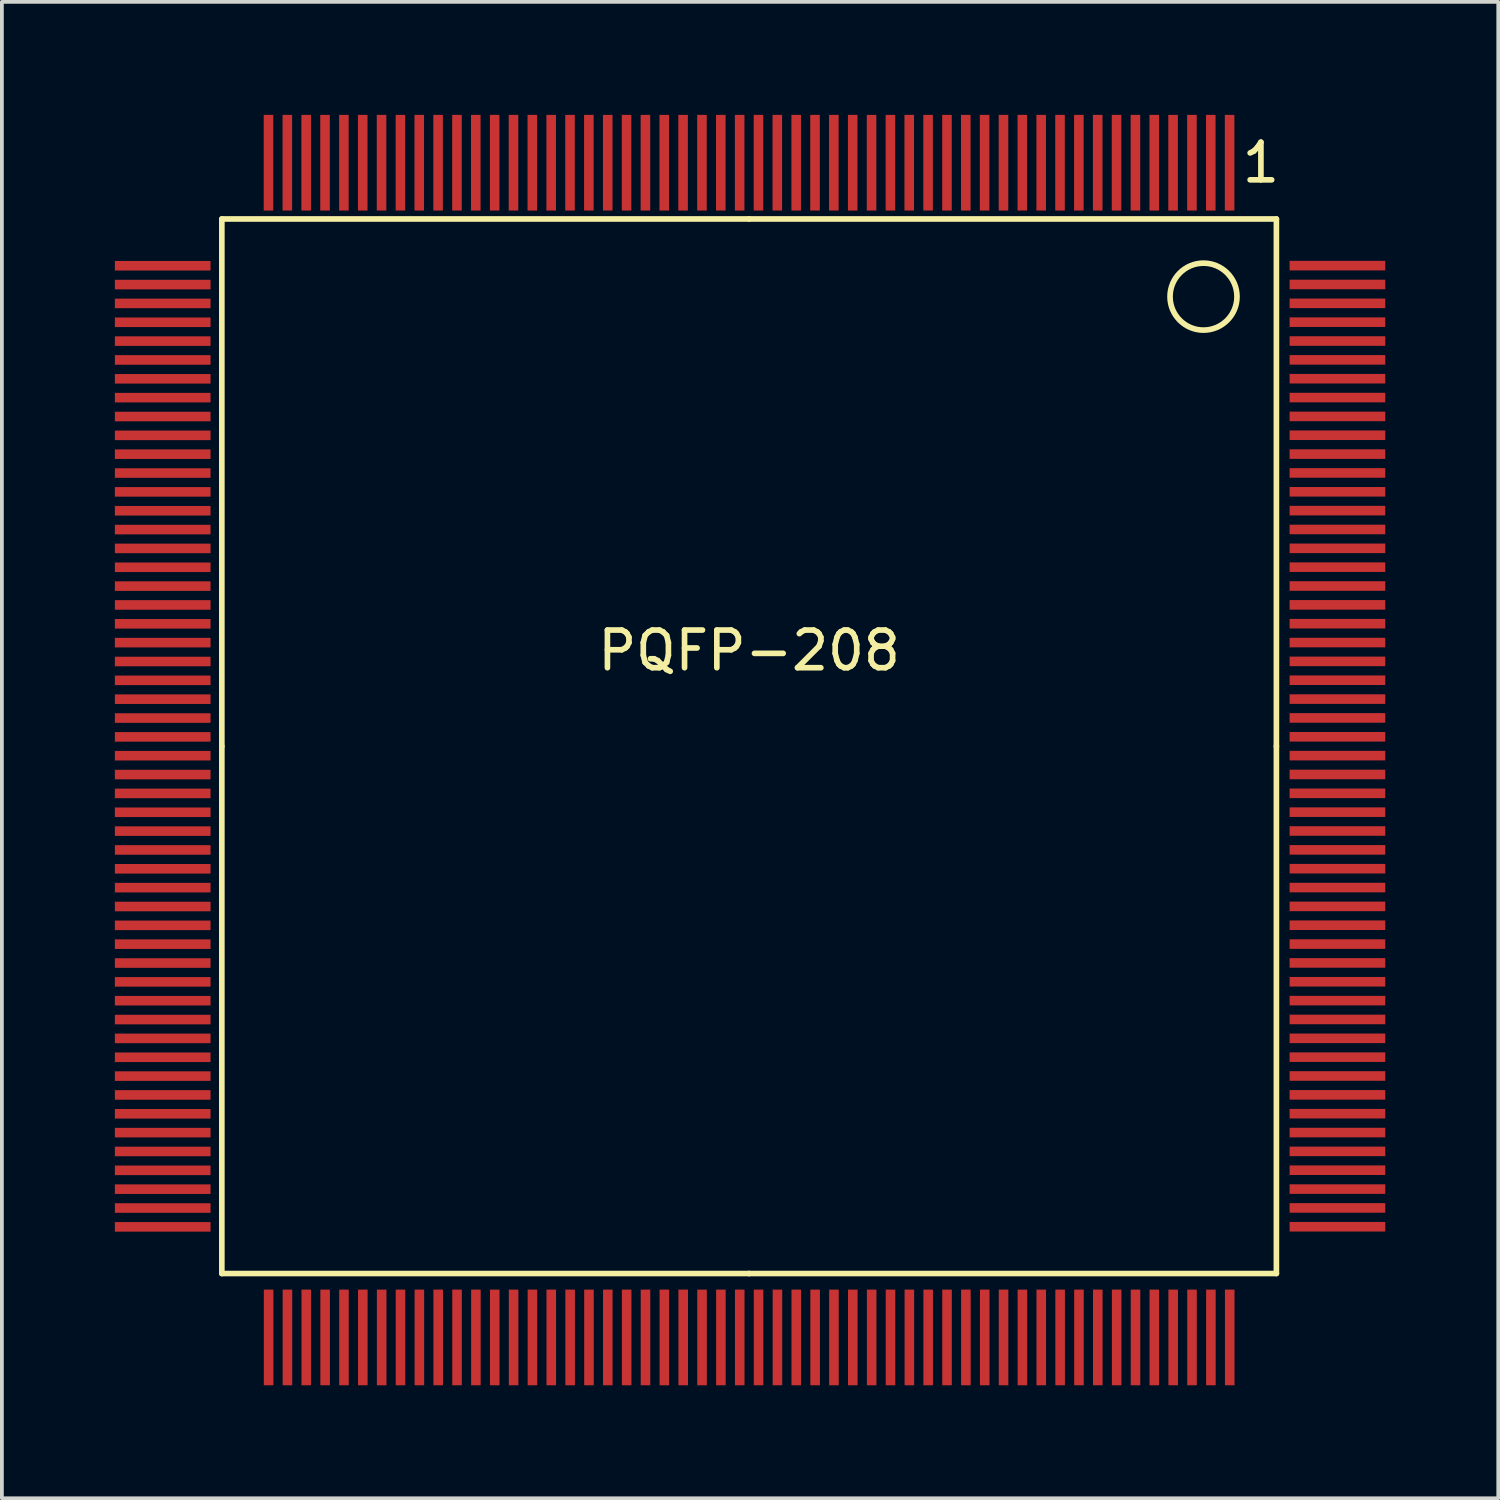
<source format=kicad_pcb>
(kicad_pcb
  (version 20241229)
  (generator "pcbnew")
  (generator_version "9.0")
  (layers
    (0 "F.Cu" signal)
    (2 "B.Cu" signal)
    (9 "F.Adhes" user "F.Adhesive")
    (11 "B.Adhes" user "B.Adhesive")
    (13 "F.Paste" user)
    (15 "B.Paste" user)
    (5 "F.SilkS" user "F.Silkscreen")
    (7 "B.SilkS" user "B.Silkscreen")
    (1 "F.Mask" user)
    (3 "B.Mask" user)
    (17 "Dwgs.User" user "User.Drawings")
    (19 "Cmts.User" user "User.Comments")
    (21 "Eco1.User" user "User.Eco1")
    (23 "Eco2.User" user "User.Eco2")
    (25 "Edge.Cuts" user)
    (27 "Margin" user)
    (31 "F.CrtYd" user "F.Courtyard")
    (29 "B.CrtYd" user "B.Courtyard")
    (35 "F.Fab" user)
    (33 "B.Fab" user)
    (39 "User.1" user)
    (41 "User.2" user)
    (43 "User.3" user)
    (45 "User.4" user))
  (footprint "PQFP-208"
    (layer "F.Cu")
    (at 16.84 16.764)
    (property "Reference" "PQFP-208" (at 0 -2.54 0) (layer "F.SilkS") (effects (font (size 1 1) (thickness 0.15))))
    (attr smd)
    (fp_line (start -14 -14) (end -14 0) (stroke (width 0.15) (type solid)) (layer "F.SilkS"))
    (fp_line (start -14 0) (end -14 14) (stroke (width 0.15) (type solid)) (layer "F.SilkS"))
    (fp_line (start -14 14) (end 0 14) (stroke (width 0.15) (type solid)) (layer "F.SilkS"))
    (fp_line (start 0 -14) (end -14 -14) (stroke (width 0.15) (type solid)) (layer "F.SilkS"))
    (fp_line (start 0 14) (end 14 14) (stroke (width 0.15) (type solid)) (layer "F.SilkS"))
    (fp_line (start 14 -14) (end 0 -14) (stroke (width 0.15) (type solid)) (layer "F.SilkS"))
    (fp_line (start 14 0) (end 14 -14) (stroke (width 0.15) (type solid)) (layer "F.SilkS"))
    (fp_line (start 14 14) (end 14 0) (stroke (width 0.15) (type solid)) (layer "F.SilkS"))
    (fp_circle (center 12.065 -11.938) (end 12.065 -12.827) (stroke (width 0.15) (type solid)) (fill no) (layer "F.SilkS"))
    (fp_text user "1" (at 13.589 -15.494 0) (layer "F.SilkS") (effects (font (size 1 1) (thickness 0.15))))
    (pad "1" smd rect (at 12.758 -15.494 90) (size 2.54 0.254) (layers "F.Cu" "F.Mask" "F.Paste"))
    (pad "2" smd rect (at 12.258 -15.494 90) (size 2.54 0.254) (layers "F.Cu" "F.Mask" "F.Paste"))
    (pad "3" smd rect (at 11.758 -15.494 90) (size 2.54 0.254) (layers "F.Cu" "F.Mask" "F.Paste"))
    (pad "4" smd rect (at 11.257 -15.494 90) (size 2.54 0.254) (layers "F.Cu" "F.Mask" "F.Paste"))
    (pad "5" smd rect (at 10.757 -15.494 90) (size 2.54 0.254) (layers "F.Cu" "F.Mask" "F.Paste"))
    (pad "6" smd rect (at 10.257 -15.494 90) (size 2.54 0.254) (layers "F.Cu" "F.Mask" "F.Paste"))
    (pad "7" smd rect (at 9.756 -15.494 90) (size 2.54 0.254) (layers "F.Cu" "F.Mask" "F.Paste"))
    (pad "8" smd rect (at 9.256 -15.494 90) (size 2.54 0.254) (layers "F.Cu" "F.Mask" "F.Paste"))
    (pad "9" smd rect (at 8.755 -15.494 90) (size 2.54 0.254) (layers "F.Cu" "F.Mask" "F.Paste"))
    (pad "10" smd rect (at 8.255 -15.494 90) (size 2.54 0.254) (layers "F.Cu" "F.Mask" "F.Paste"))
    (pad "11" smd rect (at 7.755 -15.494 90) (size 2.54 0.254) (layers "F.Cu" "F.Mask" "F.Paste"))
    (pad "12" smd rect (at 7.254 -15.494 90) (size 2.54 0.254) (layers "F.Cu" "F.Mask" "F.Paste"))
    (pad "13" smd rect (at 6.754 -15.494 90) (size 2.54 0.254) (layers "F.Cu" "F.Mask" "F.Paste"))
    (pad "14" smd rect (at 6.253 -15.494 90) (size 2.54 0.254) (layers "F.Cu" "F.Mask" "F.Paste"))
    (pad "15" smd rect (at 5.753 -15.494 90) (size 2.54 0.254) (layers "F.Cu" "F.Mask" "F.Paste"))
    (pad "16" smd rect (at 5.253 -15.494 90) (size 2.54 0.254) (layers "F.Cu" "F.Mask" "F.Paste"))
    (pad "17" smd rect (at 4.752 -15.494 90) (size 2.54 0.254) (layers "F.Cu" "F.Mask" "F.Paste"))
    (pad "18" smd rect (at 4.252 -15.494 90) (size 2.54 0.254) (layers "F.Cu" "F.Mask" "F.Paste"))
    (pad "19" smd rect (at 3.752 -15.494 90) (size 2.54 0.254) (layers "F.Cu" "F.Mask" "F.Paste"))
    (pad "20" smd rect (at 3.251 -15.494 90) (size 2.54 0.254) (layers "F.Cu" "F.Mask" "F.Paste"))
    (pad "21" smd rect (at 2.751 -15.494 90) (size 2.54 0.254) (layers "F.Cu" "F.Mask" "F.Paste"))
    (pad "22" smd rect (at 2.25 -15.494 90) (size 2.54 0.254) (layers "F.Cu" "F.Mask" "F.Paste"))
    (pad "23" smd rect (at 1.75 -15.494 90) (size 2.54 0.254) (layers "F.Cu" "F.Mask" "F.Paste"))
    (pad "24" smd rect (at 1.25 -15.494 90) (size 2.54 0.254) (layers "F.Cu" "F.Mask" "F.Paste"))
    (pad "25" smd rect (at 0.749 -15.494 90) (size 2.54 0.254) (layers "F.Cu" "F.Mask" "F.Paste"))
    (pad "26" smd rect (at 0.249 -15.494 90) (size 2.54 0.254) (layers "F.Cu" "F.Mask" "F.Paste"))
    (pad "27" smd rect (at -0.251 -15.494 90) (size 2.54 0.254) (layers "F.Cu" "F.Mask" "F.Paste"))
    (pad "28" smd rect (at -0.752 -15.494 90) (size 2.54 0.254) (layers "F.Cu" "F.Mask" "F.Paste"))
    (pad "29" smd rect (at -1.252 -15.494 90) (size 2.54 0.254) (layers "F.Cu" "F.Mask" "F.Paste"))
    (pad "30" smd rect (at -1.753 -15.494 90) (size 2.54 0.254) (layers "F.Cu" "F.Mask" "F.Paste"))
    (pad "31" smd rect (at -2.253 -15.494 90) (size 2.54 0.254) (layers "F.Cu" "F.Mask" "F.Paste"))
    (pad "32" smd rect (at -2.753 -15.494 90) (size 2.54 0.254) (layers "F.Cu" "F.Mask" "F.Paste"))
    (pad "33" smd rect (at -3.254 -15.494 90) (size 2.54 0.254) (layers "F.Cu" "F.Mask" "F.Paste"))
    (pad "34" smd rect (at -3.754 -15.494 90) (size 2.54 0.254) (layers "F.Cu" "F.Mask" "F.Paste"))
    (pad "35" smd rect (at -4.255 -15.494 90) (size 2.54 0.254) (layers "F.Cu" "F.Mask" "F.Paste"))
    (pad "36" smd rect (at -4.755 -15.494 90) (size 2.54 0.254) (layers "F.Cu" "F.Mask" "F.Paste"))
    (pad "37" smd rect (at -5.255 -15.494 90) (size 2.54 0.254) (layers "F.Cu" "F.Mask" "F.Paste"))
    (pad "38" smd rect (at -5.756 -15.494 90) (size 2.54 0.254) (layers "F.Cu" "F.Mask" "F.Paste"))
    (pad "39" smd rect (at -6.256 -15.494 90) (size 2.54 0.254) (layers "F.Cu" "F.Mask" "F.Paste"))
    (pad "40" smd rect (at -6.756 -15.494 90) (size 2.54 0.254) (layers "F.Cu" "F.Mask" "F.Paste"))
    (pad "41" smd rect (at -7.257 -15.494 90) (size 2.54 0.254) (layers "F.Cu" "F.Mask" "F.Paste"))
    (pad "42" smd rect (at -7.757 -15.494 90) (size 2.54 0.254) (layers "F.Cu" "F.Mask" "F.Paste"))
    (pad "43" smd rect (at -8.258 -15.494 90) (size 2.54 0.254) (layers "F.Cu" "F.Mask" "F.Paste"))
    (pad "44" smd rect (at -8.758 -15.494 90) (size 2.54 0.254) (layers "F.Cu" "F.Mask" "F.Paste"))
    (pad "45" smd rect (at -9.258 -15.494 90) (size 2.54 0.254) (layers "F.Cu" "F.Mask" "F.Paste"))
    (pad "46" smd rect (at -9.759 -15.494 90) (size 2.54 0.254) (layers "F.Cu" "F.Mask" "F.Paste"))
    (pad "47" smd rect (at -10.259 -15.494 90) (size 2.54 0.254) (layers "F.Cu" "F.Mask" "F.Paste"))
    (pad "48" smd rect (at -10.759 -15.494 90) (size 2.54 0.254) (layers "F.Cu" "F.Mask" "F.Paste"))
    (pad "49" smd rect (at -11.26 -15.494 90) (size 2.54 0.254) (layers "F.Cu" "F.Mask" "F.Paste"))
    (pad "50" smd rect (at -11.76 -15.494 90) (size 2.54 0.254) (layers "F.Cu" "F.Mask" "F.Paste"))
    (pad "51" smd rect (at -12.261 -15.494 90) (size 2.54 0.254) (layers "F.Cu" "F.Mask" "F.Paste"))
    (pad "52" smd rect (at -12.761 -15.494 90) (size 2.54 0.254) (layers "F.Cu" "F.Mask" "F.Paste"))
    (pad "53" smd rect (at -15.57 -12.758) (size 2.54 0.254) (layers "F.Cu" "F.Mask" "F.Paste"))
    (pad "54" smd rect (at -15.57 -12.258) (size 2.54 0.254) (layers "F.Cu" "F.Mask" "F.Paste"))
    (pad "55" smd rect (at -15.57 -11.758) (size 2.54 0.254) (layers "F.Cu" "F.Mask" "F.Paste"))
    (pad "56" smd rect (at -15.57 -11.257) (size 2.54 0.254) (layers "F.Cu" "F.Mask" "F.Paste"))
    (pad "57" smd rect (at -15.57 -10.757) (size 2.54 0.254) (layers "F.Cu" "F.Mask" "F.Paste"))
    (pad "58" smd rect (at -15.57 -10.257) (size 2.54 0.254) (layers "F.Cu" "F.Mask" "F.Paste"))
    (pad "59" smd rect (at -15.57 -9.756) (size 2.54 0.254) (layers "F.Cu" "F.Mask" "F.Paste"))
    (pad "60" smd rect (at -15.57 -9.256) (size 2.54 0.254) (layers "F.Cu" "F.Mask" "F.Paste"))
    (pad "61" smd rect (at -15.57 -8.755) (size 2.54 0.254) (layers "F.Cu" "F.Mask" "F.Paste"))
    (pad "62" smd rect (at -15.57 -8.255) (size 2.54 0.254) (layers "F.Cu" "F.Mask" "F.Paste"))
    (pad "63" smd rect (at -15.57 -7.755) (size 2.54 0.254) (layers "F.Cu" "F.Mask" "F.Paste"))
    (pad "64" smd rect (at -15.57 -7.254) (size 2.54 0.254) (layers "F.Cu" "F.Mask" "F.Paste"))
    (pad "65" smd rect (at -15.57 -6.754) (size 2.54 0.254) (layers "F.Cu" "F.Mask" "F.Paste"))
    (pad "66" smd rect (at -15.57 -6.253) (size 2.54 0.254) (layers "F.Cu" "F.Mask" "F.Paste"))
    (pad "67" smd rect (at -15.57 -5.753) (size 2.54 0.254) (layers "F.Cu" "F.Mask" "F.Paste"))
    (pad "68" smd rect (at -15.57 -5.253) (size 2.54 0.254) (layers "F.Cu" "F.Mask" "F.Paste"))
    (pad "69" smd rect (at -15.57 -4.752) (size 2.54 0.254) (layers "F.Cu" "F.Mask" "F.Paste"))
    (pad "70" smd rect (at -15.57 -4.252) (size 2.54 0.254) (layers "F.Cu" "F.Mask" "F.Paste"))
    (pad "71" smd rect (at -15.57 -3.752) (size 2.54 0.254) (layers "F.Cu" "F.Mask" "F.Paste"))
    (pad "72" smd rect (at -15.57 -3.251) (size 2.54 0.254) (layers "F.Cu" "F.Mask" "F.Paste"))
    (pad "73" smd rect (at -15.57 -2.751) (size 2.54 0.254) (layers "F.Cu" "F.Mask" "F.Paste"))
    (pad "74" smd rect (at -15.57 -2.25) (size 2.54 0.254) (layers "F.Cu" "F.Mask" "F.Paste"))
    (pad "75" smd rect (at -15.57 -1.75) (size 2.54 0.254) (layers "F.Cu" "F.Mask" "F.Paste"))
    (pad "76" smd rect (at -15.57 -1.25) (size 2.54 0.254) (layers "F.Cu" "F.Mask" "F.Paste"))
    (pad "77" smd rect (at -15.57 -0.749) (size 2.54 0.254) (layers "F.Cu" "F.Mask" "F.Paste"))
    (pad "78" smd rect (at -15.57 -0.249) (size 2.54 0.254) (layers "F.Cu" "F.Mask" "F.Paste"))
    (pad "79" smd rect (at -15.57 0.251) (size 2.54 0.254) (layers "F.Cu" "F.Mask" "F.Paste"))
    (pad "80" smd rect (at -15.57 0.752) (size 2.54 0.254) (layers "F.Cu" "F.Mask" "F.Paste"))
    (pad "81" smd rect (at -15.57 1.252) (size 2.54 0.254) (layers "F.Cu" "F.Mask" "F.Paste"))
    (pad "82" smd rect (at -15.57 1.753) (size 2.54 0.254) (layers "F.Cu" "F.Mask" "F.Paste"))
    (pad "83" smd rect (at -15.57 2.253) (size 2.54 0.254) (layers "F.Cu" "F.Mask" "F.Paste"))
    (pad "84" smd rect (at -15.57 2.753) (size 2.54 0.254) (layers "F.Cu" "F.Mask" "F.Paste"))
    (pad "85" smd rect (at -15.57 3.254) (size 2.54 0.254) (layers "F.Cu" "F.Mask" "F.Paste"))
    (pad "86" smd rect (at -15.57 3.754) (size 2.54 0.254) (layers "F.Cu" "F.Mask" "F.Paste"))
    (pad "87" smd rect (at -15.57 4.255) (size 2.54 0.254) (layers "F.Cu" "F.Mask" "F.Paste"))
    (pad "88" smd rect (at -15.57 4.755) (size 2.54 0.254) (layers "F.Cu" "F.Mask" "F.Paste"))
    (pad "89" smd rect (at -15.57 5.255) (size 2.54 0.254) (layers "F.Cu" "F.Mask" "F.Paste"))
    (pad "90" smd rect (at -15.57 5.756) (size 2.54 0.254) (layers "F.Cu" "F.Mask" "F.Paste"))
    (pad "91" smd rect (at -15.57 6.256) (size 2.54 0.254) (layers "F.Cu" "F.Mask" "F.Paste"))
    (pad "92" smd rect (at -15.57 6.756) (size 2.54 0.254) (layers "F.Cu" "F.Mask" "F.Paste"))
    (pad "93" smd rect (at -15.57 7.257) (size 2.54 0.254) (layers "F.Cu" "F.Mask" "F.Paste"))
    (pad "94" smd rect (at -15.57 7.757) (size 2.54 0.254) (layers "F.Cu" "F.Mask" "F.Paste"))
    (pad "95" smd rect (at -15.57 8.258) (size 2.54 0.254) (layers "F.Cu" "F.Mask" "F.Paste"))
    (pad "96" smd rect (at -15.57 8.758) (size 2.54 0.254) (layers "F.Cu" "F.Mask" "F.Paste"))
    (pad "97" smd rect (at -15.57 9.258) (size 2.54 0.254) (layers "F.Cu" "F.Mask" "F.Paste"))
    (pad "98" smd rect (at -15.57 9.759) (size 2.54 0.254) (layers "F.Cu" "F.Mask" "F.Paste"))
    (pad "99" smd rect (at -15.57 10.259) (size 2.54 0.254) (layers "F.Cu" "F.Mask" "F.Paste"))
    (pad "100" smd rect (at -15.57 10.759) (size 2.54 0.254) (layers "F.Cu" "F.Mask" "F.Paste"))
    (pad "101" smd rect (at -15.57 11.26) (size 2.54 0.254) (layers "F.Cu" "F.Mask" "F.Paste"))
    (pad "102" smd rect (at -15.57 11.76) (size 2.54 0.254) (layers "F.Cu" "F.Mask" "F.Paste"))
    (pad "103" smd rect (at -15.57 12.261) (size 2.54 0.254) (layers "F.Cu" "F.Mask" "F.Paste"))
    (pad "104" smd rect (at -15.57 12.761) (size 2.54 0.254) (layers "F.Cu" "F.Mask" "F.Paste"))
    (pad "105" smd rect (at -12.758 15.697 90) (size 2.54 0.254) (layers "F.Cu" "F.Mask" "F.Paste"))
    (pad "106" smd rect (at -12.258 15.697 90) (size 2.54 0.254) (layers "F.Cu" "F.Mask" "F.Paste"))
    (pad "107" smd rect (at -11.758 15.697 90) (size 2.54 0.254) (layers "F.Cu" "F.Mask" "F.Paste"))
    (pad "108" smd rect (at -11.257 15.697 90) (size 2.54 0.254) (layers "F.Cu" "F.Mask" "F.Paste"))
    (pad "109" smd rect (at -10.757 15.697 90) (size 2.54 0.254) (layers "F.Cu" "F.Mask" "F.Paste"))
    (pad "110" smd rect (at -10.257 15.697 90) (size 2.54 0.254) (layers "F.Cu" "F.Mask" "F.Paste"))
    (pad "111" smd rect (at -9.756 15.697 90) (size 2.54 0.254) (layers "F.Cu" "F.Mask" "F.Paste"))
    (pad "112" smd rect (at -9.256 15.697 90) (size 2.54 0.254) (layers "F.Cu" "F.Mask" "F.Paste"))
    (pad "113" smd rect (at -8.755 15.697 90) (size 2.54 0.254) (layers "F.Cu" "F.Mask" "F.Paste"))
    (pad "114" smd rect (at -8.255 15.697 90) (size 2.54 0.254) (layers "F.Cu" "F.Mask" "F.Paste"))
    (pad "115" smd rect (at -7.755 15.697 90) (size 2.54 0.254) (layers "F.Cu" "F.Mask" "F.Paste"))
    (pad "116" smd rect (at -7.254 15.697 90) (size 2.54 0.254) (layers "F.Cu" "F.Mask" "F.Paste"))
    (pad "117" smd rect (at -6.754 15.697 90) (size 2.54 0.254) (layers "F.Cu" "F.Mask" "F.Paste"))
    (pad "118" smd rect (at -6.253 15.697 90) (size 2.54 0.254) (layers "F.Cu" "F.Mask" "F.Paste"))
    (pad "119" smd rect (at -5.753 15.697 90) (size 2.54 0.254) (layers "F.Cu" "F.Mask" "F.Paste"))
    (pad "120" smd rect (at -5.253 15.697 90) (size 2.54 0.254) (layers "F.Cu" "F.Mask" "F.Paste"))
    (pad "121" smd rect (at -4.752 15.697 90) (size 2.54 0.254) (layers "F.Cu" "F.Mask" "F.Paste"))
    (pad "122" smd rect (at -4.252 15.697 90) (size 2.54 0.254) (layers "F.Cu" "F.Mask" "F.Paste"))
    (pad "123" smd rect (at -3.752 15.697 90) (size 2.54 0.254) (layers "F.Cu" "F.Mask" "F.Paste"))
    (pad "124" smd rect (at -3.251 15.697 90) (size 2.54 0.254) (layers "F.Cu" "F.Mask" "F.Paste"))
    (pad "125" smd rect (at -2.751 15.697 90) (size 2.54 0.254) (layers "F.Cu" "F.Mask" "F.Paste"))
    (pad "126" smd rect (at -2.25 15.697 90) (size 2.54 0.254) (layers "F.Cu" "F.Mask" "F.Paste"))
    (pad "127" smd rect (at -1.75 15.697 90) (size 2.54 0.254) (layers "F.Cu" "F.Mask" "F.Paste"))
    (pad "128" smd rect (at -1.25 15.697 90) (size 2.54 0.254) (layers "F.Cu" "F.Mask" "F.Paste"))
    (pad "129" smd rect (at -0.749 15.697 90) (size 2.54 0.254) (layers "F.Cu" "F.Mask" "F.Paste"))
    (pad "130" smd rect (at -0.249 15.697 90) (size 2.54 0.254) (layers "F.Cu" "F.Mask" "F.Paste"))
    (pad "131" smd rect (at 0.251 15.697 90) (size 2.54 0.254) (layers "F.Cu" "F.Mask" "F.Paste"))
    (pad "132" smd rect (at 0.752 15.697 90) (size 2.54 0.254) (layers "F.Cu" "F.Mask" "F.Paste"))
    (pad "133" smd rect (at 1.252 15.697 90) (size 2.54 0.254) (layers "F.Cu" "F.Mask" "F.Paste"))
    (pad "134" smd rect (at 1.753 15.697 90) (size 2.54 0.254) (layers "F.Cu" "F.Mask" "F.Paste"))
    (pad "135" smd rect (at 2.253 15.697 90) (size 2.54 0.254) (layers "F.Cu" "F.Mask" "F.Paste"))
    (pad "136" smd rect (at 2.753 15.697 90) (size 2.54 0.254) (layers "F.Cu" "F.Mask" "F.Paste"))
    (pad "137" smd rect (at 3.254 15.697 90) (size 2.54 0.254) (layers "F.Cu" "F.Mask" "F.Paste"))
    (pad "138" smd rect (at 3.754 15.697 90) (size 2.54 0.254) (layers "F.Cu" "F.Mask" "F.Paste"))
    (pad "139" smd rect (at 4.255 15.697 90) (size 2.54 0.254) (layers "F.Cu" "F.Mask" "F.Paste"))
    (pad "140" smd rect (at 4.755 15.697 90) (size 2.54 0.254) (layers "F.Cu" "F.Mask" "F.Paste"))
    (pad "141" smd rect (at 5.255 15.697 90) (size 2.54 0.254) (layers "F.Cu" "F.Mask" "F.Paste"))
    (pad "142" smd rect (at 5.756 15.697 90) (size 2.54 0.254) (layers "F.Cu" "F.Mask" "F.Paste"))
    (pad "143" smd rect (at 6.256 15.697 90) (size 2.54 0.254) (layers "F.Cu" "F.Mask" "F.Paste"))
    (pad "144" smd rect (at 6.756 15.697 90) (size 2.54 0.254) (layers "F.Cu" "F.Mask" "F.Paste"))
    (pad "145" smd rect (at 7.257 15.697 90) (size 2.54 0.254) (layers "F.Cu" "F.Mask" "F.Paste"))
    (pad "146" smd rect (at 7.757 15.697 90) (size 2.54 0.254) (layers "F.Cu" "F.Mask" "F.Paste"))
    (pad "147" smd rect (at 8.258 15.697 90) (size 2.54 0.254) (layers "F.Cu" "F.Mask" "F.Paste"))
    (pad "148" smd rect (at 8.758 15.697 90) (size 2.54 0.254) (layers "F.Cu" "F.Mask" "F.Paste"))
    (pad "149" smd rect (at 9.258 15.697 90) (size 2.54 0.254) (layers "F.Cu" "F.Mask" "F.Paste"))
    (pad "150" smd rect (at 9.759 15.697 90) (size 2.54 0.254) (layers "F.Cu" "F.Mask" "F.Paste"))
    (pad "151" smd rect (at 10.259 15.697 90) (size 2.54 0.254) (layers "F.Cu" "F.Mask" "F.Paste"))
    (pad "152" smd rect (at 10.759 15.697 90) (size 2.54 0.254) (layers "F.Cu" "F.Mask" "F.Paste"))
    (pad "153" smd rect (at 11.26 15.697 90) (size 2.54 0.254) (layers "F.Cu" "F.Mask" "F.Paste"))
    (pad "154" smd rect (at 11.76 15.697 90) (size 2.54 0.254) (layers "F.Cu" "F.Mask" "F.Paste"))
    (pad "155" smd rect (at 12.261 15.697 90) (size 2.54 0.254) (layers "F.Cu" "F.Mask" "F.Paste"))
    (pad "156" smd rect (at 12.761 15.697 90) (size 2.54 0.254) (layers "F.Cu" "F.Mask" "F.Paste"))
    (pad "157" smd rect (at 15.621 12.758) (size 2.54 0.254) (layers "F.Cu" "F.Mask" "F.Paste"))
    (pad "158" smd rect (at 15.621 12.258) (size 2.54 0.254) (layers "F.Cu" "F.Mask" "F.Paste"))
    (pad "159" smd rect (at 15.621 11.758) (size 2.54 0.254) (layers "F.Cu" "F.Mask" "F.Paste"))
    (pad "160" smd rect (at 15.621 11.257) (size 2.54 0.254) (layers "F.Cu" "F.Mask" "F.Paste"))
    (pad "161" smd rect (at 15.621 10.757) (size 2.54 0.254) (layers "F.Cu" "F.Mask" "F.Paste"))
    (pad "162" smd rect (at 15.621 10.257) (size 2.54 0.254) (layers "F.Cu" "F.Mask" "F.Paste"))
    (pad "163" smd rect (at 15.621 9.756) (size 2.54 0.254) (layers "F.Cu" "F.Mask" "F.Paste"))
    (pad "164" smd rect (at 15.621 9.256) (size 2.54 0.254) (layers "F.Cu" "F.Mask" "F.Paste"))
    (pad "165" smd rect (at 15.621 8.755) (size 2.54 0.254) (layers "F.Cu" "F.Mask" "F.Paste"))
    (pad "166" smd rect (at 15.621 8.255) (size 2.54 0.254) (layers "F.Cu" "F.Mask" "F.Paste"))
    (pad "167" smd rect (at 15.621 7.755) (size 2.54 0.254) (layers "F.Cu" "F.Mask" "F.Paste"))
    (pad "168" smd rect (at 15.621 7.254) (size 2.54 0.254) (layers "F.Cu" "F.Mask" "F.Paste"))
    (pad "169" smd rect (at 15.621 6.754) (size 2.54 0.254) (layers "F.Cu" "F.Mask" "F.Paste"))
    (pad "170" smd rect (at 15.621 6.253) (size 2.54 0.254) (layers "F.Cu" "F.Mask" "F.Paste"))
    (pad "171" smd rect (at 15.621 5.753) (size 2.54 0.254) (layers "F.Cu" "F.Mask" "F.Paste"))
    (pad "172" smd rect (at 15.621 5.253) (size 2.54 0.254) (layers "F.Cu" "F.Mask" "F.Paste"))
    (pad "173" smd rect (at 15.621 4.752) (size 2.54 0.254) (layers "F.Cu" "F.Mask" "F.Paste"))
    (pad "174" smd rect (at 15.621 4.252) (size 2.54 0.254) (layers "F.Cu" "F.Mask" "F.Paste"))
    (pad "175" smd rect (at 15.621 3.752) (size 2.54 0.254) (layers "F.Cu" "F.Mask" "F.Paste"))
    (pad "176" smd rect (at 15.621 3.251) (size 2.54 0.254) (layers "F.Cu" "F.Mask" "F.Paste"))
    (pad "177" smd rect (at 15.621 2.751) (size 2.54 0.254) (layers "F.Cu" "F.Mask" "F.Paste"))
    (pad "178" smd rect (at 15.621 2.25) (size 2.54 0.254) (layers "F.Cu" "F.Mask" "F.Paste"))
    (pad "179" smd rect (at 15.621 1.75) (size 2.54 0.254) (layers "F.Cu" "F.Mask" "F.Paste"))
    (pad "180" smd rect (at 15.621 1.25) (size 2.54 0.254) (layers "F.Cu" "F.Mask" "F.Paste"))
    (pad "181" smd rect (at 15.621 0.749) (size 2.54 0.254) (layers "F.Cu" "F.Mask" "F.Paste"))
    (pad "182" smd rect (at 15.621 0.249) (size 2.54 0.254) (layers "F.Cu" "F.Mask" "F.Paste"))
    (pad "183" smd rect (at 15.621 -0.251) (size 2.54 0.254) (layers "F.Cu" "F.Mask" "F.Paste"))
    (pad "184" smd rect (at 15.621 -0.752) (size 2.54 0.254) (layers "F.Cu" "F.Mask" "F.Paste"))
    (pad "185" smd rect (at 15.621 -1.252) (size 2.54 0.254) (layers "F.Cu" "F.Mask" "F.Paste"))
    (pad "186" smd rect (at 15.621 -1.753) (size 2.54 0.254) (layers "F.Cu" "F.Mask" "F.Paste"))
    (pad "187" smd rect (at 15.621 -2.253) (size 2.54 0.254) (layers "F.Cu" "F.Mask" "F.Paste"))
    (pad "188" smd rect (at 15.621 -2.753) (size 2.54 0.254) (layers "F.Cu" "F.Mask" "F.Paste"))
    (pad "189" smd rect (at 15.621 -3.254) (size 2.54 0.254) (layers "F.Cu" "F.Mask" "F.Paste"))
    (pad "190" smd rect (at 15.621 -3.754) (size 2.54 0.254) (layers "F.Cu" "F.Mask" "F.Paste"))
    (pad "191" smd rect (at 15.621 -4.255) (size 2.54 0.254) (layers "F.Cu" "F.Mask" "F.Paste"))
    (pad "192" smd rect (at 15.621 -4.755) (size 2.54 0.254) (layers "F.Cu" "F.Mask" "F.Paste"))
    (pad "193" smd rect (at 15.621 -5.255) (size 2.54 0.254) (layers "F.Cu" "F.Mask" "F.Paste"))
    (pad "194" smd rect (at 15.621 -5.756) (size 2.54 0.254) (layers "F.Cu" "F.Mask" "F.Paste"))
    (pad "195" smd rect (at 15.621 -6.256) (size 2.54 0.254) (layers "F.Cu" "F.Mask" "F.Paste"))
    (pad "196" smd rect (at 15.621 -6.756) (size 2.54 0.254) (layers "F.Cu" "F.Mask" "F.Paste"))
    (pad "197" smd rect (at 15.621 -7.257) (size 2.54 0.254) (layers "F.Cu" "F.Mask" "F.Paste"))
    (pad "198" smd rect (at 15.621 -7.757) (size 2.54 0.254) (layers "F.Cu" "F.Mask" "F.Paste"))
    (pad "199" smd rect (at 15.621 -8.258) (size 2.54 0.254) (layers "F.Cu" "F.Mask" "F.Paste"))
    (pad "200" smd rect (at 15.621 -8.758) (size 2.54 0.254) (layers "F.Cu" "F.Mask" "F.Paste"))
    (pad "201" smd rect (at 15.621 -9.258) (size 2.54 0.254) (layers "F.Cu" "F.Mask" "F.Paste"))
    (pad "202" smd rect (at 15.621 -9.759) (size 2.54 0.254) (layers "F.Cu" "F.Mask" "F.Paste"))
    (pad "203" smd rect (at 15.621 -10.259) (size 2.54 0.254) (layers "F.Cu" "F.Mask" "F.Paste"))
    (pad "204" smd rect (at 15.621 -10.759) (size 2.54 0.254) (layers "F.Cu" "F.Mask" "F.Paste"))
    (pad "205" smd rect (at 15.621 -11.26) (size 2.54 0.254) (layers "F.Cu" "F.Mask" "F.Paste"))
    (pad "206" smd rect (at 15.621 -11.76) (size 2.54 0.254) (layers "F.Cu" "F.Mask" "F.Paste"))
    (pad "207" smd rect (at 15.621 -12.261) (size 2.54 0.254) (layers "F.Cu" "F.Mask" "F.Paste"))
    (pad "208" smd rect (at 15.621 -12.761) (size 2.54 0.254) (layers "F.Cu" "F.Mask" "F.Paste")))
  (gr_rect
    (start -3 -3)
    (end 36.731 36.731)
    (stroke (width 0.1) (type default))
    (fill no)
    (layer "Edge.Cuts")))
</source>
